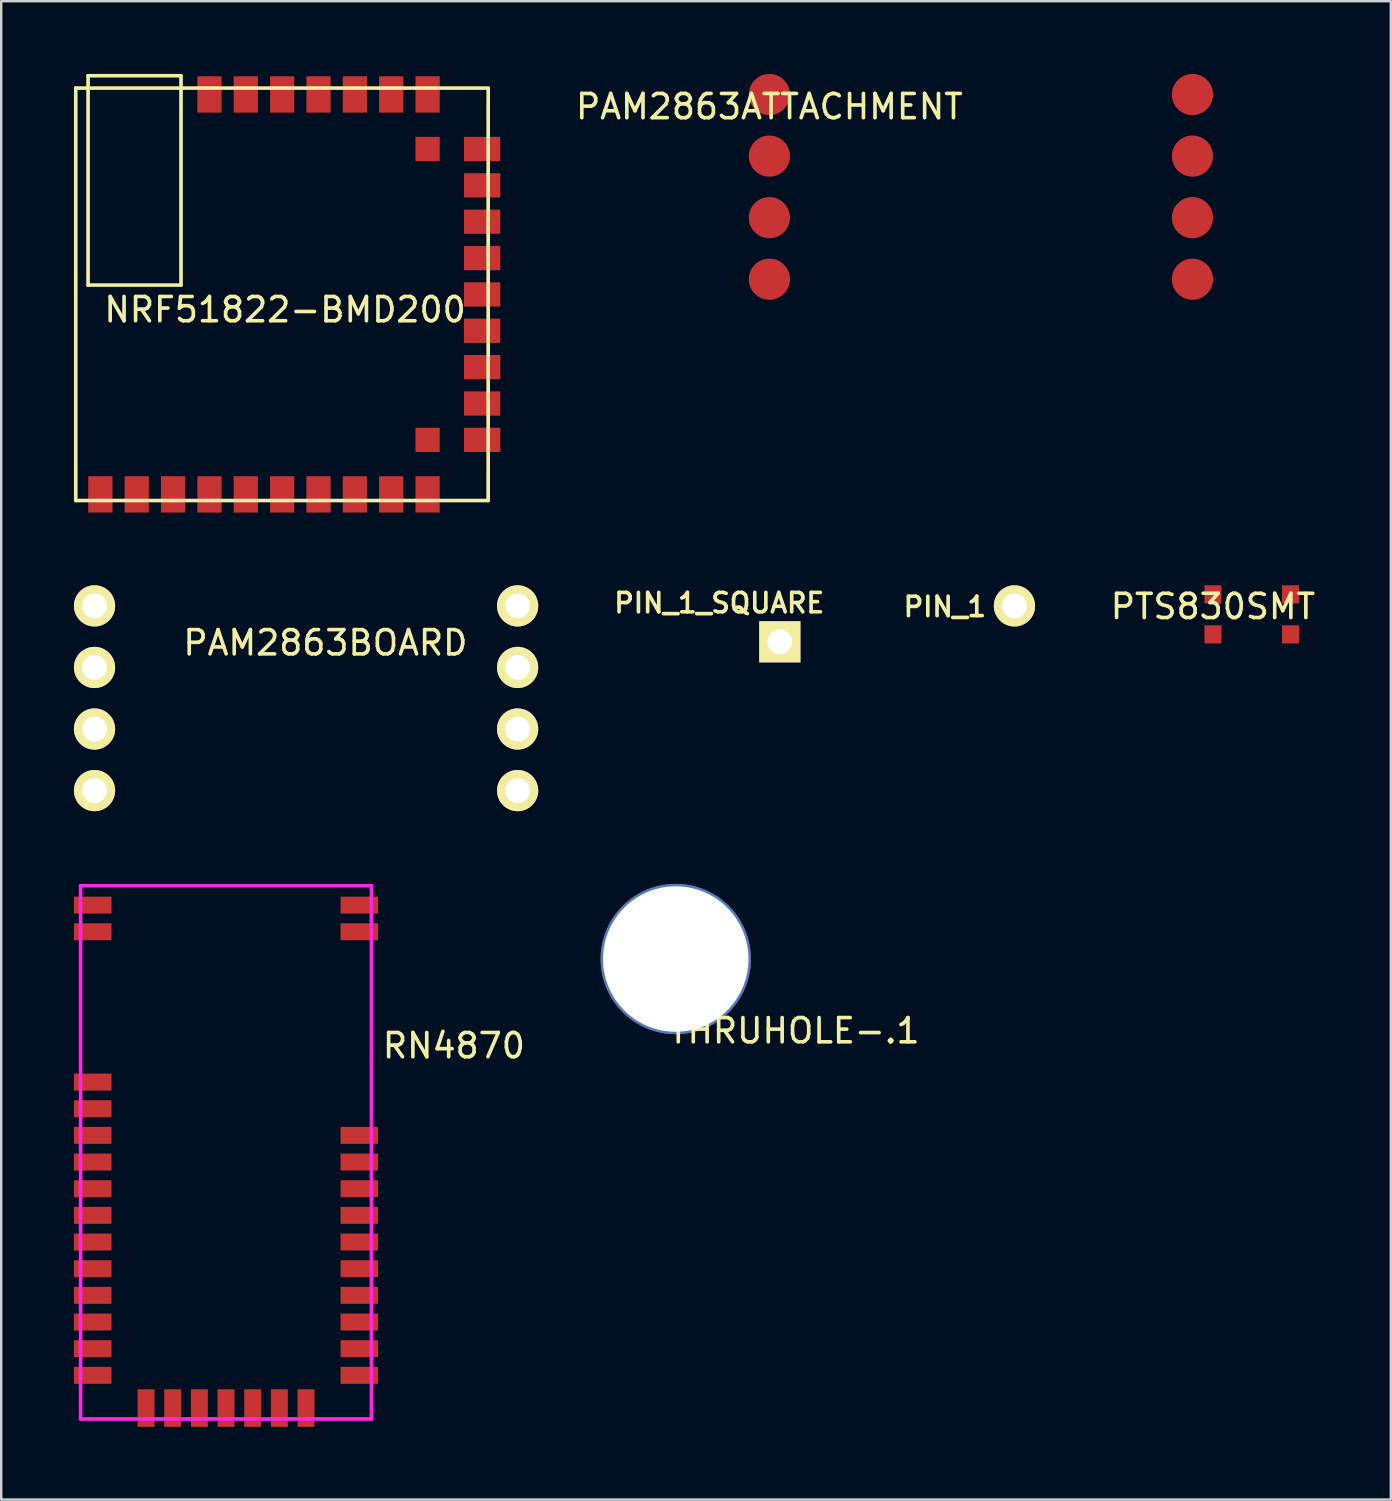
<source format=kicad_pcb>
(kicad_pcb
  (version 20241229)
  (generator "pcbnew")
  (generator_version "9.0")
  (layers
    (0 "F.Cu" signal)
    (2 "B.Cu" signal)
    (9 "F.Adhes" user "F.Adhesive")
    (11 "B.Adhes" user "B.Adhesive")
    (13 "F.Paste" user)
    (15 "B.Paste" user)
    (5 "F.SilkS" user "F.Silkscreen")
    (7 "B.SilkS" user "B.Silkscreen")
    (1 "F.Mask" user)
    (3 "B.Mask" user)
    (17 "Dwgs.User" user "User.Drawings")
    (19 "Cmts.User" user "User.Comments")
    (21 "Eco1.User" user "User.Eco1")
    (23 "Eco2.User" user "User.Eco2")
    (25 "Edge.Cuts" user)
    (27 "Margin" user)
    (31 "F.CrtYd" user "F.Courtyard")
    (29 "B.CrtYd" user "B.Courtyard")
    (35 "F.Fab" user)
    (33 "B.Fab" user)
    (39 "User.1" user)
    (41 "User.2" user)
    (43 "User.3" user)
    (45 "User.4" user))
  (footprint "PIN_1_SQUARE"
    (layer "F.Cu")
    (at 29.123 23.428)
    (property "Reference" "PIN_1_SQUARE" (at -2.5 -1.6 0) (layer "F.SilkS") (effects (font (size 0.8 0.8) (thickness 0.15))))
    (attr through_hole)
    (pad "1" thru_hole rect (at 0 0) (size 1.7 1.7) (drill 1.016) (layers "*.Cu" "*.Mask" "F.SilkS")))
  (footprint "PIN_1"
    (layer "F.Cu")
    (at 38.803 21.947)
    (property "Reference" "PIN_1" (at -2.87 0.038 0) (layer "F.SilkS") (effects (font (size 0.8 0.8) (thickness 0.15))))
    (attr through_hole)
    (pad "1" thru_hole circle (at 0 0) (size 1.7 1.7) (drill 1.016) (layers "*.Cu" "*.Mask" "F.SilkS")))
  (footprint "PAM2863ATTACHMENT"
    (layer "F.Cu")
    (at 28.692 0.85)
    (property "Reference" "PAM2863ATTACHMENT" (at 0 0.5 0) (layer "F.SilkS") (effects (font (size 1 1) (thickness 0.15))))
    (attr through_hole)
    (pad "1" smd circle (at 0 0) (size 1.7 1.7) (layers "F.Cu" "F.Mask" "F.Paste"))
    (pad "2" smd circle (at 0 2.54) (size 1.7 1.7) (layers "F.Cu" "F.Mask" "F.Paste"))
    (pad "3" smd circle (at 0 5.08) (size 1.7 1.7) (layers "F.Cu" "F.Mask" "F.Paste"))
    (pad "4" smd circle (at 0 7.62) (size 1.7 1.7) (layers "F.Cu" "F.Mask" "F.Paste"))
    (pad "5" smd circle (at 17.455 0) (size 1.7 1.7) (layers "F.Cu" "F.Mask" "F.Paste"))
    (pad "6" smd circle (at 17.455 2.54) (size 1.7 1.7) (layers "F.Cu" "F.Mask" "F.Paste"))
    (pad "7" smd circle (at 17.455 5.08) (size 1.7 1.7) (layers "F.Cu" "F.Mask" "F.Paste"))
    (pad "8" smd circle (at 17.455 7.62) (size 1.7 1.7) (layers "F.Cu" "F.Mask" "F.Paste")))
  (footprint "PAM2863BOARD"
    (layer "F.Cu")
    (at 0.85 21.947)
    (property "Reference" "PAM2863BOARD" (at 9.525 1.524 0) (layer "F.SilkS") (effects (font (size 1 1) (thickness 0.15))))
    (attr through_hole)
    (pad "1" thru_hole circle (at 0 0) (size 1.7 1.7) (drill 1.016) (layers "*.Cu" "*.Mask" "F.SilkS"))
    (pad "2" thru_hole circle (at 0 2.54) (size 1.7 1.7) (drill 1.016) (layers "*.Cu" "*.Mask" "F.SilkS"))
    (pad "3" thru_hole circle (at 0 5.08) (size 1.7 1.7) (drill 1.016) (layers "*.Cu" "*.Mask" "F.SilkS"))
    (pad "4" thru_hole circle (at 0 7.62) (size 1.7 1.7) (drill 1.016) (layers "*.Cu" "*.Mask" "F.SilkS"))
    (pad "5" thru_hole circle (at 17.455 0) (size 1.7 1.7) (drill 1.016) (layers "*.Cu" "*.Mask" "F.SilkS"))
    (pad "6" thru_hole circle (at 17.455 2.54) (size 1.7 1.7) (drill 1.016) (layers "*.Cu" "*.Mask" "F.SilkS"))
    (pad "7" thru_hole circle (at 17.455 5.08) (size 1.7 1.7) (drill 1.016) (layers "*.Cu" "*.Mask" "F.SilkS"))
    (pad "8" thru_hole circle (at 17.455 7.62) (size 1.7 1.7) (drill 1.016) (layers "*.Cu" "*.Mask" "F.SilkS")))
  (footprint "PTS830SMT"
    (layer "F.Cu")
    (at 46.992 21.472)
    (property "Reference" "PTS830SMT" (at 0 0.5 0) (layer "F.SilkS") (effects (font (size 1 1) (thickness 0.15))))
    (attr through_hole)
    (pad "1" smd rect (at 0 0) (size 0.7 0.75) (layers "F.Cu" "F.Mask" "F.Paste"))
    (pad "2" smd rect (at 3.2 0) (size 0.7 0.75) (layers "F.Cu" "F.Mask" "F.Paste"))
    (pad "3" smd rect (at 0 1.65) (size 0.7 0.75) (layers "F.Cu" "F.Mask" "F.Paste"))
    (pad "4" smd rect (at 3.2 1.65) (size 0.7 0.75) (layers "F.Cu" "F.Mask" "F.Paste")))
  (footprint "THRUHOLE-.1"
    (layer "F.Cu")
    (at 24.829 36.517)
    (property "Reference" "THRUHOLE-.1" (at 4.89 2.96 0) (layer "F.SilkS") (effects (font (size 1 1) (thickness 0.15))))
    (attr through_hole)
    (fp_circle (center 0 0) (end 2.381 0) (stroke (width 0.15) (type solid)) (fill no) (layer "F.SilkS"))
    (pad "" np_thru_hole circle (at 0 0) (size 6.2 6.2) (drill 6) (layers "*.Cu" "*.Mask")))
  (footprint "NRF51822-BMD200"
    (layer "F.Cu")
    (at 1.091 17.347)
    (property "Reference" "NRF51822-BMD200" (at 7.62 -7.62 0) (layer "F.SilkS") (effects (font (size 1 1) (thickness 0.15))))
    (attr through_hole)
    (fp_line (start -1.016 -16.764) (end -1.016 0.254) (stroke (width 0.15) (type solid)) (layer "F.SilkS"))
    (fp_line (start -1 0.254) (end 16 0.254) (stroke (width 0.15) (type solid)) (layer "F.SilkS"))
    (fp_line (start -0.508 -17.272) (end 3.327 -17.272) (stroke (width 0.15) (type solid)) (layer "F.SilkS"))
    (fp_line (start -0.508 -8.636) (end -0.508 -17.272) (stroke (width 0.15) (type solid)) (layer "F.SilkS"))
    (fp_line (start 3.327 -17.272) (end 3.327 -8.636) (stroke (width 0.15) (type solid)) (layer "F.SilkS"))
    (fp_line (start 3.327 -8.636) (end -0.508 -8.636) (stroke (width 0.15) (type solid)) (layer "F.SilkS"))
    (fp_line (start 16 0.254) (end 16 -16.746) (stroke (width 0.15) (type solid)) (layer "F.SilkS"))
    (fp_line (start 16.002 -16.764) (end -1.016 -16.764) (stroke (width 0.15) (type solid)) (layer "F.SilkS"))
    (pad "1" smd rect (at 0 0) (size 1 1.5) (layers "F.Cu" "F.Mask" "F.Paste"))
    (pad "2" smd rect (at 1.5 0) (size 1 1.5) (layers "F.Cu" "F.Mask" "F.Paste"))
    (pad "3" smd rect (at 3 0) (size 1 1.5) (layers "F.Cu" "F.Mask" "F.Paste"))
    (pad "4" smd rect (at 4.5 0) (size 1 1.5) (layers "F.Cu" "F.Mask" "F.Paste"))
    (pad "5" smd rect (at 6 0) (size 1 1.5) (layers "F.Cu" "F.Mask" "F.Paste"))
    (pad "6" smd rect (at 7.5 0) (size 1 1.5) (layers "F.Cu" "F.Mask" "F.Paste"))
    (pad "7" smd rect (at 9 0) (size 1 1.5) (layers "F.Cu" "F.Mask" "F.Paste"))
    (pad "8" smd rect (at 10.5 0) (size 1 1.5) (layers "F.Cu" "F.Mask" "F.Paste"))
    (pad "9" smd rect (at 12 0) (size 1 1.5) (layers "F.Cu" "F.Mask" "F.Paste"))
    (pad "10" smd rect (at 13.5 0) (size 1 1.5) (layers "F.Cu" "F.Mask" "F.Paste"))
    (pad "11" smd rect (at 15.75 -2.25) (size 1.5 1) (layers "F.Cu" "F.Mask" "F.Paste"))
    (pad "12" smd rect (at 15.75 -3.75) (size 1.5 1) (layers "F.Cu" "F.Mask" "F.Paste"))
    (pad "13" smd rect (at 15.75 -5.25) (size 1.5 1) (layers "F.Cu" "F.Mask" "F.Paste"))
    (pad "14" smd rect (at 15.75 -6.75) (size 1.5 1) (layers "F.Cu" "F.Mask" "F.Paste"))
    (pad "15" smd rect (at 15.75 -8.25) (size 1.5 1) (layers "F.Cu" "F.Mask" "F.Paste"))
    (pad "16" smd rect (at 15.75 -9.75) (size 1.5 1) (layers "F.Cu" "F.Mask" "F.Paste"))
    (pad "17" smd rect (at 15.75 -11.25) (size 1.5 1) (layers "F.Cu" "F.Mask" "F.Paste"))
    (pad "18" smd rect (at 15.75 -12.75) (size 1.5 1) (layers "F.Cu" "F.Mask" "F.Paste"))
    (pad "19" smd rect (at 15.75 -14.25) (size 1.5 1) (layers "F.Cu" "F.Mask" "F.Paste"))
    (pad "20" smd rect (at 13.5 -16.5) (size 1 1.5) (layers "F.Cu" "F.Mask" "F.Paste"))
    (pad "21" smd rect (at 12 -16.5) (size 1 1.5) (layers "F.Cu" "F.Mask" "F.Paste"))
    (pad "22" smd rect (at 10.5 -16.5) (size 1 1.5) (layers "F.Cu" "F.Mask" "F.Paste"))
    (pad "23" smd rect (at 9 -16.5) (size 1 1.5) (layers "F.Cu" "F.Mask" "F.Paste"))
    (pad "24" smd rect (at 7.5 -16.5) (size 1 1.5) (layers "F.Cu" "F.Mask" "F.Paste"))
    (pad "25" smd rect (at 6 -16.5) (size 1 1.5) (layers "F.Cu" "F.Mask" "F.Paste"))
    (pad "26" smd rect (at 4.5 -16.5) (size 1 1.5) (layers "F.Cu" "F.Mask" "F.Paste"))
    (pad "27" smd rect (at 13.5 -2.25) (size 1 1) (layers "F.Cu" "F.Mask" "F.Paste"))
    (pad "28" smd rect (at 13.5 -14.25) (size 1 1) (layers "F.Cu" "F.Mask" "F.Paste")))
  (footprint "RN4870"
    (layer "F.Cu")
    (at 0.275 55.492)
    (property "Reference" "RN4870" (at 15.4 -15.4 0) (layer "F.SilkS") (effects (font (size 1 1) (thickness 0.15))))
    (attr through_hole)
    (fp_line (start 0 -22) (end 12 -22) (stroke (width 0.15) (type solid)) (layer "F.CrtYd"))
    (fp_line (start 0 0) (end 0 -22) (stroke (width 0.15) (type solid)) (layer "F.CrtYd"))
    (fp_line (start 12 -22) (end 12 0) (stroke (width 0.15) (type solid)) (layer "F.CrtYd"))
    (fp_line (start 12 0) (end 0 0) (stroke (width 0.15) (type solid)) (layer "F.CrtYd"))
    (pad "" smd rect (at 3.3 -11.5) (size 2 2) (layers "F.Mask" "F.Paste"))
    (pad "" smd rect (at 7.7 -12.1) (size 2 2) (layers "F.Mask" "F.Paste"))
    (pad "" smd rect (at 9.9 -16) (size 4 3) (layers "F.Mask" "F.Paste"))
    (pad "1" smd rect (at 0.5 -1.8) (size 1.55 0.7) (layers "F.Cu" "F.Mask" "F.Paste"))
    (pad "2" smd rect (at 0.5 -2.9) (size 1.55 0.7) (layers "F.Cu" "F.Mask" "F.Paste"))
    (pad "3" smd rect (at 0.5 -4) (size 1.55 0.7) (layers "F.Cu" "F.Mask" "F.Paste"))
    (pad "4" smd rect (at 0.5 -5.1) (size 1.55 0.7) (layers "F.Cu" "F.Mask" "F.Paste"))
    (pad "5" smd rect (at 0.5 -6.2) (size 1.55 0.7) (layers "F.Cu" "F.Mask" "F.Paste"))
    (pad "6" smd rect (at 0.5 -7.3) (size 1.55 0.7) (layers "F.Cu" "F.Mask" "F.Paste"))
    (pad "7" smd rect (at 0.5 -8.4) (size 1.55 0.7) (layers "F.Cu" "F.Mask" "F.Paste"))
    (pad "8" smd rect (at 0.5 -9.5) (size 1.55 0.7) (layers "F.Cu" "F.Mask" "F.Paste"))
    (pad "9" smd rect (at 0.5 -10.6) (size 1.55 0.7) (layers "F.Cu" "F.Mask" "F.Paste"))
    (pad "10" smd rect (at 0.5 -11.7) (size 1.55 0.7) (layers "F.Cu" "F.Mask" "F.Paste"))
    (pad "11" smd rect (at 0.5 -12.8) (size 1.55 0.7) (layers "F.Cu" "F.Mask" "F.Paste"))
    (pad "12" smd rect (at 0.5 -13.9) (size 1.55 0.7) (layers "F.Cu" "F.Mask" "F.Paste"))
    (pad "13" smd rect (at 0.5 -20.1) (size 1.55 0.7) (layers "F.Cu" "F.Mask" "F.Paste"))
    (pad "14" smd rect (at 0.5 -21.2) (size 1.55 0.7) (layers "F.Cu" "F.Mask" "F.Paste"))
    (pad "15" smd rect (at 11.5 -21.2) (size 1.55 0.7) (layers "F.Cu" "F.Mask" "F.Paste"))
    (pad "16" smd rect (at 11.5 -20.1) (size 1.55 0.7) (layers "F.Cu" "F.Mask" "F.Paste"))
    (pad "17" smd rect (at 11.5 -11.7) (size 1.55 0.7) (layers "F.Cu" "F.Mask" "F.Paste"))
    (pad "18" smd rect (at 11.5 -10.6) (size 1.55 0.7) (layers "F.Cu" "F.Mask" "F.Paste"))
    (pad "19" smd rect (at 11.5 -9.5) (size 1.55 0.7) (layers "F.Cu" "F.Mask" "F.Paste"))
    (pad "20" smd rect (at 11.5 -8.4) (size 1.55 0.7) (layers "F.Cu" "F.Mask" "F.Paste"))
    (pad "21" smd rect (at 11.5 -7.3) (size 1.55 0.7) (layers "F.Cu" "F.Mask" "F.Paste"))
    (pad "22" smd rect (at 2.7 -0.45 90) (size 1.55 0.7) (layers "F.Cu" "F.Mask" "F.Paste"))
    (pad "22" smd rect (at 11.5 -6.2) (size 1.55 0.7) (layers "F.Cu" "F.Mask" "F.Paste"))
    (pad "23" smd rect (at 3.8 -0.45 90) (size 1.55 0.7) (layers "F.Cu" "F.Mask" "F.Paste"))
    (pad "23" smd rect (at 11.5 -5.1) (size 1.55 0.7) (layers "F.Cu" "F.Mask" "F.Paste"))
    (pad "24" smd rect (at 4.9 -0.45 90) (size 1.55 0.7) (layers "F.Cu" "F.Mask" "F.Paste"))
    (pad "24" smd rect (at 11.5 -4) (size 1.55 0.7) (layers "F.Cu" "F.Mask" "F.Paste"))
    (pad "25" smd rect (at 6 -0.45 90) (size 1.55 0.7) (layers "F.Cu" "F.Mask" "F.Paste"))
    (pad "25" smd rect (at 11.5 -2.9) (size 1.55 0.7) (layers "F.Cu" "F.Mask" "F.Paste"))
    (pad "26" smd rect (at 7.1 -0.45 90) (size 1.55 0.7) (layers "F.Cu" "F.Mask" "F.Paste"))
    (pad "26" smd rect (at 11.5 -1.8) (size 1.55 0.7) (layers "F.Cu" "F.Mask" "F.Paste"))
    (pad "27" smd rect (at 8.2 -0.45 90) (size 1.55 0.7) (layers "F.Cu" "F.Mask" "F.Paste"))
    (pad "28" smd rect (at 9.3 -0.45 90) (size 1.55 0.7) (layers "F.Cu" "F.Mask" "F.Paste")))
  (gr_rect
    (start -3 -3)
    (end 54.331 58.817)
    (stroke (width 0.1) (type default))
    (fill no)
    (layer "Edge.Cuts")))
</source>
